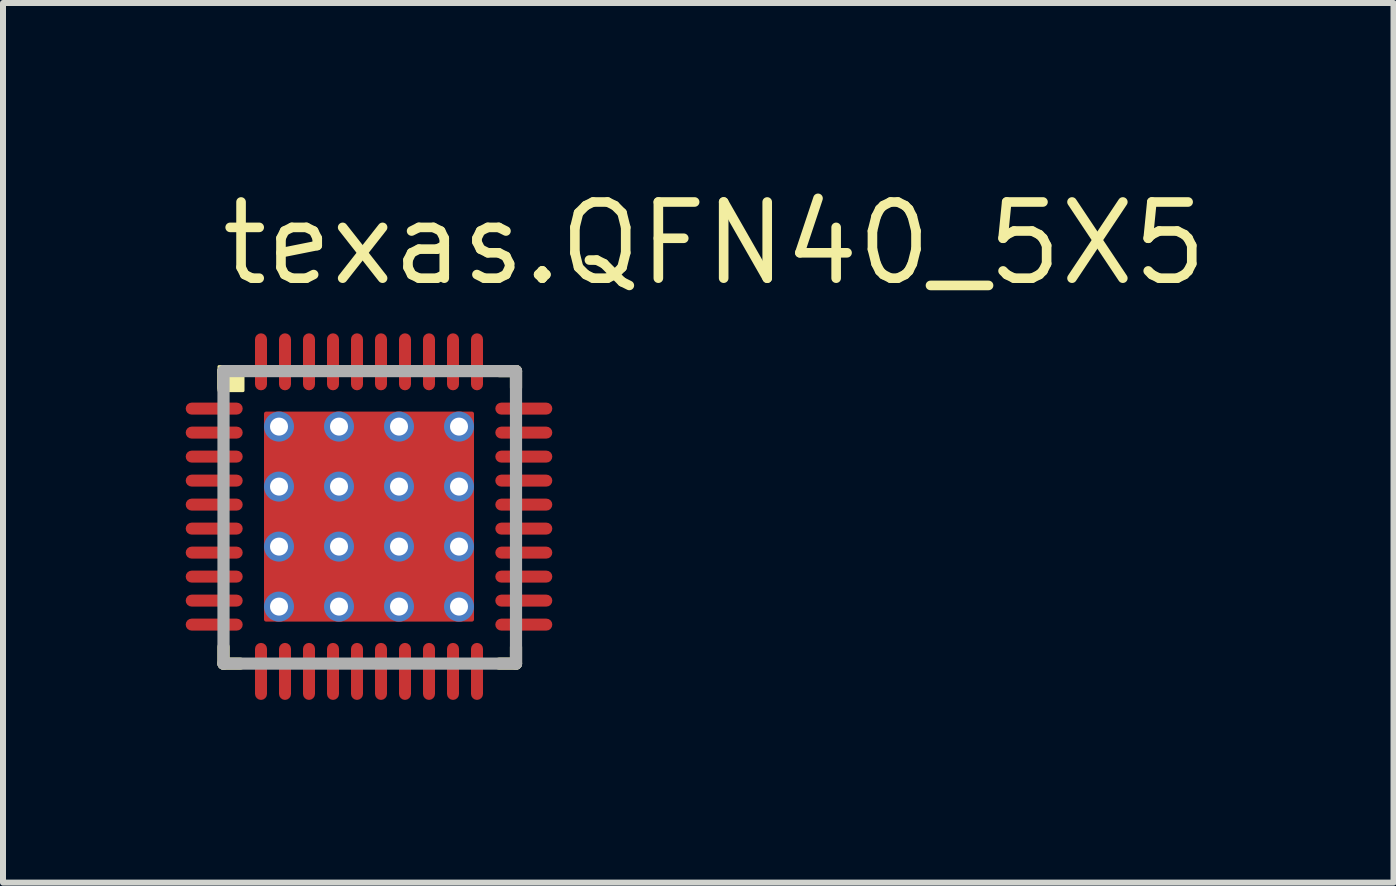
<source format=kicad_pcb>
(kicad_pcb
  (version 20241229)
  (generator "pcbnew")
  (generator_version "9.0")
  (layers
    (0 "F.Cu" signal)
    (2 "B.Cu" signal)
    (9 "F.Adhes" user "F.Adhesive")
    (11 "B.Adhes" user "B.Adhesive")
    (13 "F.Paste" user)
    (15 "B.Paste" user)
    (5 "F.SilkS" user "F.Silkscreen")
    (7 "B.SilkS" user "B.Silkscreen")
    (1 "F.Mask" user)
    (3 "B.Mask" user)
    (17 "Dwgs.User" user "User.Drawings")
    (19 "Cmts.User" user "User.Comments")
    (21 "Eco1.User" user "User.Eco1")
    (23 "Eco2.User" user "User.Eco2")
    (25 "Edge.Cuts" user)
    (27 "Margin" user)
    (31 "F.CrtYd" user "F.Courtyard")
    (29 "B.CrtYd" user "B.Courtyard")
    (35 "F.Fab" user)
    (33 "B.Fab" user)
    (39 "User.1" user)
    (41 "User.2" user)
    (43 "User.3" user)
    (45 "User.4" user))
  (footprint "texas.QFN40_5X5"
    (layer "F.Cu")
    (at 3.1 5.56)
    (property "Reference" "texas.QFN40_5X5" (at -2.54 -3.81 0) (layer "F.SilkS") (effects (font (size 1.27 1.27) (thickness 0.16)) (justify left bottom)))
    (attr smd)
    (fp_rect (start -3.075 -1.675) (end -2.075 -1.925) (stroke (width 0.05) (type default)) (fill yes) (layer "F.Mask"))
    (fp_rect (start -3.075 -1.275) (end -2.075 -1.525) (stroke (width 0.05) (type default)) (fill yes) (layer "F.Mask"))
    (fp_rect (start -3.075 -0.875) (end -2.075 -1.125) (stroke (width 0.05) (type default)) (fill yes) (layer "F.Mask"))
    (fp_rect (start -3.075 -0.475) (end -2.075 -0.725) (stroke (width 0.05) (type default)) (fill yes) (layer "F.Mask"))
    (fp_rect (start -3.075 -0.075) (end -2.075 -0.325) (stroke (width 0.05) (type default)) (fill yes) (layer "F.Mask"))
    (fp_rect (start -3.075 0.325) (end -2.075 0.075) (stroke (width 0.05) (type default)) (fill yes) (layer "F.Mask"))
    (fp_rect (start -3.075 0.725) (end -2.075 0.475) (stroke (width 0.05) (type default)) (fill yes) (layer "F.Mask"))
    (fp_rect (start -3.075 1.125) (end -2.075 0.875) (stroke (width 0.05) (type default)) (fill yes) (layer "F.Mask"))
    (fp_rect (start -3.075 1.525) (end -2.075 1.275) (stroke (width 0.05) (type default)) (fill yes) (layer "F.Mask"))
    (fp_rect (start -3.075 1.925) (end -2.075 1.675) (stroke (width 0.05) (type default)) (fill yes) (layer "F.Mask"))
    (fp_rect (start -1.925 -2.075) (end -1.675 -3.075) (stroke (width 0.05) (type default)) (fill yes) (layer "F.Mask"))
    (fp_rect (start -1.925 3.075) (end -1.675 2.075) (stroke (width 0.05) (type default)) (fill yes) (layer "F.Mask"))
    (fp_rect (start -1.8 1.8) (end 1.8 -1.8) (stroke (width 0.05) (type default)) (fill yes) (layer "F.Mask"))
    (fp_rect (start -1.525 -2.075) (end -1.275 -3.075) (stroke (width 0.05) (type default)) (fill yes) (layer "F.Mask"))
    (fp_rect (start -1.525 3.075) (end -1.275 2.075) (stroke (width 0.05) (type default)) (fill yes) (layer "F.Mask"))
    (fp_rect (start -1.125 -2.075) (end -0.875 -3.075) (stroke (width 0.05) (type default)) (fill yes) (layer "F.Mask"))
    (fp_rect (start -1.125 3.075) (end -0.875 2.075) (stroke (width 0.05) (type default)) (fill yes) (layer "F.Mask"))
    (fp_rect (start -0.725 -2.075) (end -0.475 -3.075) (stroke (width 0.05) (type default)) (fill yes) (layer "F.Mask"))
    (fp_rect (start -0.725 3.075) (end -0.475 2.075) (stroke (width 0.05) (type default)) (fill yes) (layer "F.Mask"))
    (fp_rect (start -0.325 -2.075) (end -0.075 -3.075) (stroke (width 0.05) (type default)) (fill yes) (layer "F.Mask"))
    (fp_rect (start -0.325 3.075) (end -0.075 2.075) (stroke (width 0.05) (type default)) (fill yes) (layer "F.Mask"))
    (fp_rect (start 0.075 -2.075) (end 0.325 -3.075) (stroke (width 0.05) (type default)) (fill yes) (layer "F.Mask"))
    (fp_rect (start 0.075 3.075) (end 0.325 2.075) (stroke (width 0.05) (type default)) (fill yes) (layer "F.Mask"))
    (fp_rect (start 0.475 -2.075) (end 0.725 -3.075) (stroke (width 0.05) (type default)) (fill yes) (layer "F.Mask"))
    (fp_rect (start 0.475 3.075) (end 0.725 2.075) (stroke (width 0.05) (type default)) (fill yes) (layer "F.Mask"))
    (fp_rect (start 0.875 -2.075) (end 1.125 -3.075) (stroke (width 0.05) (type default)) (fill yes) (layer "F.Mask"))
    (fp_rect (start 0.875 3.075) (end 1.125 2.075) (stroke (width 0.05) (type default)) (fill yes) (layer "F.Mask"))
    (fp_rect (start 1.275 -2.075) (end 1.525 -3.075) (stroke (width 0.05) (type default)) (fill yes) (layer "F.Mask"))
    (fp_rect (start 1.275 3.075) (end 1.525 2.075) (stroke (width 0.05) (type default)) (fill yes) (layer "F.Mask"))
    (fp_rect (start 1.675 -2.075) (end 1.925 -3.075) (stroke (width 0.05) (type default)) (fill yes) (layer "F.Mask"))
    (fp_rect (start 1.675 3.075) (end 1.925 2.075) (stroke (width 0.05) (type default)) (fill yes) (layer "F.Mask"))
    (fp_rect (start 2.075 -1.675) (end 3.075 -1.925) (stroke (width 0.05) (type default)) (fill yes) (layer "F.Mask"))
    (fp_rect (start 2.075 -1.275) (end 3.075 -1.525) (stroke (width 0.05) (type default)) (fill yes) (layer "F.Mask"))
    (fp_rect (start 2.075 -0.875) (end 3.075 -1.125) (stroke (width 0.05) (type default)) (fill yes) (layer "F.Mask"))
    (fp_rect (start 2.075 -0.475) (end 3.075 -0.725) (stroke (width 0.05) (type default)) (fill yes) (layer "F.Mask"))
    (fp_rect (start 2.075 -0.075) (end 3.075 -0.325) (stroke (width 0.05) (type default)) (fill yes) (layer "F.Mask"))
    (fp_rect (start 2.075 0.325) (end 3.075 0.075) (stroke (width 0.05) (type default)) (fill yes) (layer "F.Mask"))
    (fp_rect (start 2.075 0.725) (end 3.075 0.475) (stroke (width 0.05) (type default)) (fill yes) (layer "F.Mask"))
    (fp_rect (start 2.075 1.125) (end 3.075 0.875) (stroke (width 0.05) (type default)) (fill yes) (layer "F.Mask"))
    (fp_rect (start 2.075 1.525) (end 3.075 1.275) (stroke (width 0.05) (type default)) (fill yes) (layer "F.Mask"))
    (fp_rect (start 2.075 1.925) (end 3.075 1.675) (stroke (width 0.05) (type default)) (fill yes) (layer "F.Mask"))
    (fp_line (start -2.425 -2.425) (end -2.15 -2.425) (stroke (width 0.203) (type default)) (layer "F.SilkS"))
    (fp_line (start -2.425 -2.15) (end -2.425 -2.425) (stroke (width 0.203) (type default)) (layer "F.SilkS"))
    (fp_line (start -2.425 2.45) (end -2.425 2.175) (stroke (width 0.203) (type default)) (layer "F.SilkS"))
    (fp_line (start -2.15 2.45) (end -2.425 2.45) (stroke (width 0.203) (type default)) (layer "F.SilkS"))
    (fp_line (start 2.175 -2.425) (end 2.45 -2.425) (stroke (width 0.203) (type default)) (layer "F.SilkS"))
    (fp_line (start 2.45 -2.425) (end 2.45 -2.15) (stroke (width 0.203) (type default)) (layer "F.SilkS"))
    (fp_line (start 2.45 2.175) (end 2.45 2.45) (stroke (width 0.203) (type default)) (layer "F.SilkS"))
    (fp_line (start 2.45 2.45) (end 2.175 2.45) (stroke (width 0.203) (type default)) (layer "F.SilkS"))
    (fp_rect (start -2.5 -2.1) (end -2.1 -2.5) (stroke (width 0.05) (type default)) (fill yes) (layer "F.SilkS"))
    (fp_rect (start -3 -1.725) (end -2.175 -1.875) (stroke (width 0.05) (type default)) (fill yes) (layer "F.Paste"))
    (fp_rect (start -3 -1.325) (end -2.175 -1.475) (stroke (width 0.05) (type default)) (fill yes) (layer "F.Paste"))
    (fp_rect (start -3 -0.925) (end -2.175 -1.075) (stroke (width 0.05) (type default)) (fill yes) (layer "F.Paste"))
    (fp_rect (start -3 -0.525) (end -2.175 -0.675) (stroke (width 0.05) (type default)) (fill yes) (layer "F.Paste"))
    (fp_rect (start -3 -0.125) (end -2.175 -0.275) (stroke (width 0.05) (type default)) (fill yes) (layer "F.Paste"))
    (fp_rect (start -3 0.275) (end -2.175 0.125) (stroke (width 0.05) (type default)) (fill yes) (layer "F.Paste"))
    (fp_rect (start -3 0.675) (end -2.175 0.525) (stroke (width 0.05) (type default)) (fill yes) (layer "F.Paste"))
    (fp_rect (start -3 1.075) (end -2.175 0.925) (stroke (width 0.05) (type default)) (fill yes) (layer "F.Paste"))
    (fp_rect (start -3 1.475) (end -2.175 1.325) (stroke (width 0.05) (type default)) (fill yes) (layer "F.Paste"))
    (fp_rect (start -3 1.875) (end -2.175 1.725) (stroke (width 0.05) (type default)) (fill yes) (layer "F.Paste"))
    (fp_rect (start -1.875 -2.175) (end -1.725 -3) (stroke (width 0.05) (type default)) (fill yes) (layer "F.Paste"))
    (fp_rect (start -1.875 3) (end -1.725 2.175) (stroke (width 0.05) (type default)) (fill yes) (layer "F.Paste"))
    (fp_rect (start -1.65 -0.15) (end -0.15 -1.65) (stroke (width 0.05) (type default)) (fill yes) (layer "F.Paste"))
    (fp_rect (start -1.65 1.65) (end -0.15 0.15) (stroke (width 0.05) (type default)) (fill yes) (layer "F.Paste"))
    (fp_rect (start -1.475 -2.175) (end -1.325 -3) (stroke (width 0.05) (type default)) (fill yes) (layer "F.Paste"))
    (fp_rect (start -1.475 3) (end -1.325 2.175) (stroke (width 0.05) (type default)) (fill yes) (layer "F.Paste"))
    (fp_rect (start -1.075 -2.175) (end -0.925 -3) (stroke (width 0.05) (type default)) (fill yes) (layer "F.Paste"))
    (fp_rect (start -1.075 3) (end -0.925 2.175) (stroke (width 0.05) (type default)) (fill yes) (layer "F.Paste"))
    (fp_rect (start -0.675 -2.175) (end -0.525 -3) (stroke (width 0.05) (type default)) (fill yes) (layer "F.Paste"))
    (fp_rect (start -0.675 3) (end -0.525 2.175) (stroke (width 0.05) (type default)) (fill yes) (layer "F.Paste"))
    (fp_rect (start -0.275 -2.175) (end -0.125 -3) (stroke (width 0.05) (type default)) (fill yes) (layer "F.Paste"))
    (fp_rect (start -0.275 3) (end -0.125 2.175) (stroke (width 0.05) (type default)) (fill yes) (layer "F.Paste"))
    (fp_rect (start 0.125 -2.175) (end 0.275 -3) (stroke (width 0.05) (type default)) (fill yes) (layer "F.Paste"))
    (fp_rect (start 0.125 3) (end 0.275 2.175) (stroke (width 0.05) (type default)) (fill yes) (layer "F.Paste"))
    (fp_rect (start 0.15 -0.15) (end 1.65 -1.65) (stroke (width 0.05) (type default)) (fill yes) (layer "F.Paste"))
    (fp_rect (start 0.15 1.65) (end 1.65 0.15) (stroke (width 0.05) (type default)) (fill yes) (layer "F.Paste"))
    (fp_rect (start 0.525 -2.175) (end 0.675 -3) (stroke (width 0.05) (type default)) (fill yes) (layer "F.Paste"))
    (fp_rect (start 0.525 3) (end 0.675 2.175) (stroke (width 0.05) (type default)) (fill yes) (layer "F.Paste"))
    (fp_rect (start 0.925 -2.175) (end 1.075 -3) (stroke (width 0.05) (type default)) (fill yes) (layer "F.Paste"))
    (fp_rect (start 0.925 3) (end 1.075 2.175) (stroke (width 0.05) (type default)) (fill yes) (layer "F.Paste"))
    (fp_rect (start 1.325 -2.175) (end 1.475 -3) (stroke (width 0.05) (type default)) (fill yes) (layer "F.Paste"))
    (fp_rect (start 1.325 3) (end 1.475 2.175) (stroke (width 0.05) (type default)) (fill yes) (layer "F.Paste"))
    (fp_rect (start 1.725 -2.175) (end 1.875 -3) (stroke (width 0.05) (type default)) (fill yes) (layer "F.Paste"))
    (fp_rect (start 1.725 3) (end 1.875 2.175) (stroke (width 0.05) (type default)) (fill yes) (layer "F.Paste"))
    (fp_rect (start 2.175 -1.725) (end 3 -1.875) (stroke (width 0.05) (type default)) (fill yes) (layer "F.Paste"))
    (fp_rect (start 2.175 -1.325) (end 3 -1.475) (stroke (width 0.05) (type default)) (fill yes) (layer "F.Paste"))
    (fp_rect (start 2.175 -0.925) (end 3 -1.075) (stroke (width 0.05) (type default)) (fill yes) (layer "F.Paste"))
    (fp_rect (start 2.175 -0.525) (end 3 -0.675) (stroke (width 0.05) (type default)) (fill yes) (layer "F.Paste"))
    (fp_rect (start 2.175 -0.125) (end 3 -0.275) (stroke (width 0.05) (type default)) (fill yes) (layer "F.Paste"))
    (fp_rect (start 2.175 0.275) (end 3 0.125) (stroke (width 0.05) (type default)) (fill yes) (layer "F.Paste"))
    (fp_rect (start 2.175 0.675) (end 3 0.525) (stroke (width 0.05) (type default)) (fill yes) (layer "F.Paste"))
    (fp_rect (start 2.175 1.075) (end 3 0.925) (stroke (width 0.05) (type default)) (fill yes) (layer "F.Paste"))
    (fp_rect (start 2.175 1.475) (end 3 1.325) (stroke (width 0.05) (type default)) (fill yes) (layer "F.Paste"))
    (fp_rect (start 2.175 1.875) (end 3 1.725) (stroke (width 0.05) (type default)) (fill yes) (layer "F.Paste"))
    (fp_line (start -2.425 -2.425) (end 2.45 -2.425) (stroke (width 0.203) (type default)) (layer "F.Fab"))
    (fp_line (start -2.425 2.45) (end -2.425 -2.425) (stroke (width 0.203) (type default)) (layer "F.Fab"))
    (fp_line (start 2.45 -2.425) (end 2.45 2.45) (stroke (width 0.203) (type default)) (layer "F.Fab"))
    (fp_line (start 2.45 2.45) (end -2.425 2.45) (stroke (width 0.203) (type default)) (layer "F.Fab"))
    (pad "1" smd roundrect (at -2.58 -1.8 270) (size 0.2 0.95) (layers "F.Cu" "F.Mask" "F.Paste") (roundrect_rratio 0.5))
    (pad "2" smd roundrect (at -2.58 -1.4 270) (size 0.2 0.95) (layers "F.Cu" "F.Mask" "F.Paste") (roundrect_rratio 0.5))
    (pad "3" smd roundrect (at -2.58 -1 270) (size 0.2 0.95) (layers "F.Cu" "F.Mask" "F.Paste") (roundrect_rratio 0.5))
    (pad "4" smd roundrect (at -2.58 -0.6 270) (size 0.2 0.95) (layers "F.Cu" "F.Mask" "F.Paste") (roundrect_rratio 0.5))
    (pad "5" smd roundrect (at -2.58 -0.2 270) (size 0.2 0.95) (layers "F.Cu" "F.Mask" "F.Paste") (roundrect_rratio 0.5))
    (pad "6" smd roundrect (at -2.58 0.2 270) (size 0.2 0.95) (layers "F.Cu" "F.Mask" "F.Paste") (roundrect_rratio 0.5))
    (pad "7" smd roundrect (at -2.58 0.6 270) (size 0.2 0.95) (layers "F.Cu" "F.Mask" "F.Paste") (roundrect_rratio 0.5))
    (pad "8" smd roundrect (at -2.58 1 270) (size 0.2 0.95) (layers "F.Cu" "F.Mask" "F.Paste") (roundrect_rratio 0.5))
    (pad "9" smd roundrect (at -2.58 1.4 270) (size 0.2 0.95) (layers "F.Cu" "F.Mask" "F.Paste") (roundrect_rratio 0.5))
    (pad "10" smd roundrect (at -2.58 1.8 270) (size 0.2 0.95) (layers "F.Cu" "F.Mask" "F.Paste") (roundrect_rratio 0.5))
    (pad "11" smd roundrect (at -1.8 2.58) (size 0.2 0.95) (layers "F.Cu" "F.Mask" "F.Paste") (roundrect_rratio 0.5))
    (pad "12" smd roundrect (at -1.4 2.58) (size 0.2 0.95) (layers "F.Cu" "F.Mask" "F.Paste") (roundrect_rratio 0.5))
    (pad "13" smd roundrect (at -1 2.58) (size 0.2 0.95) (layers "F.Cu" "F.Mask" "F.Paste") (roundrect_rratio 0.5))
    (pad "14" smd roundrect (at -0.6 2.58) (size 0.2 0.95) (layers "F.Cu" "F.Mask" "F.Paste") (roundrect_rratio 0.5))
    (pad "15" smd roundrect (at -0.2 2.58) (size 0.2 0.95) (layers "F.Cu" "F.Mask" "F.Paste") (roundrect_rratio 0.5))
    (pad "16" smd roundrect (at 0.2 2.58) (size 0.2 0.95) (layers "F.Cu" "F.Mask" "F.Paste") (roundrect_rratio 0.5))
    (pad "17" smd roundrect (at 0.6 2.58) (size 0.2 0.95) (layers "F.Cu" "F.Mask" "F.Paste") (roundrect_rratio 0.5))
    (pad "18" smd roundrect (at 1 2.58) (size 0.2 0.95) (layers "F.Cu" "F.Mask" "F.Paste") (roundrect_rratio 0.5))
    (pad "19" smd roundrect (at 1.4 2.58) (size 0.2 0.95) (layers "F.Cu" "F.Mask" "F.Paste") (roundrect_rratio 0.5))
    (pad "20" smd roundrect (at 1.8 2.58) (size 0.2 0.95) (layers "F.Cu" "F.Mask" "F.Paste") (roundrect_rratio 0.5))
    (pad "21" smd roundrect (at 2.58 1.8 90) (size 0.2 0.95) (layers "F.Cu" "F.Mask" "F.Paste") (roundrect_rratio 0.5))
    (pad "22" smd roundrect (at 2.58 1.4 90) (size 0.2 0.95) (layers "F.Cu" "F.Mask" "F.Paste") (roundrect_rratio 0.5))
    (pad "23" smd roundrect (at 2.58 1 90) (size 0.2 0.95) (layers "F.Cu" "F.Mask" "F.Paste") (roundrect_rratio 0.5))
    (pad "24" smd roundrect (at 2.58 0.6 90) (size 0.2 0.95) (layers "F.Cu" "F.Mask" "F.Paste") (roundrect_rratio 0.5))
    (pad "25" smd roundrect (at 2.58 0.2 90) (size 0.2 0.95) (layers "F.Cu" "F.Mask" "F.Paste") (roundrect_rratio 0.5))
    (pad "26" smd roundrect (at 2.58 -0.2 90) (size 0.2 0.95) (layers "F.Cu" "F.Mask" "F.Paste") (roundrect_rratio 0.5))
    (pad "27" smd roundrect (at 2.58 -0.6 90) (size 0.2 0.95) (layers "F.Cu" "F.Mask" "F.Paste") (roundrect_rratio 0.5))
    (pad "28" smd roundrect (at 2.58 -1 90) (size 0.2 0.95) (layers "F.Cu" "F.Mask" "F.Paste") (roundrect_rratio 0.5))
    (pad "29" smd roundrect (at 2.58 -1.4 90) (size 0.2 0.95) (layers "F.Cu" "F.Mask" "F.Paste") (roundrect_rratio 0.5))
    (pad "30" smd roundrect (at 2.58 -1.8 90) (size 0.2 0.95) (layers "F.Cu" "F.Mask" "F.Paste") (roundrect_rratio 0.5))
    (pad "31" smd roundrect (at 1.8 -2.58 180) (size 0.2 0.95) (layers "F.Cu" "F.Mask" "F.Paste") (roundrect_rratio 0.5))
    (pad "32" smd roundrect (at 1.4 -2.58 180) (size 0.2 0.95) (layers "F.Cu" "F.Mask" "F.Paste") (roundrect_rratio 0.5))
    (pad "33" smd roundrect (at 1 -2.58 180) (size 0.2 0.95) (layers "F.Cu" "F.Mask" "F.Paste") (roundrect_rratio 0.5))
    (pad "34" smd roundrect (at 0.6 -2.58 180) (size 0.2 0.95) (layers "F.Cu" "F.Mask" "F.Paste") (roundrect_rratio 0.5))
    (pad "35" smd roundrect (at 0.2 -2.58 180) (size 0.2 0.95) (layers "F.Cu" "F.Mask" "F.Paste") (roundrect_rratio 0.5))
    (pad "36" smd roundrect (at -0.2 -2.58 180) (size 0.2 0.95) (layers "F.Cu" "F.Mask" "F.Paste") (roundrect_rratio 0.5))
    (pad "37" smd roundrect (at -0.6 -2.58 180) (size 0.2 0.95) (layers "F.Cu" "F.Mask" "F.Paste") (roundrect_rratio 0.5))
    (pad "38" smd roundrect (at -1 -2.58 180) (size 0.2 0.95) (layers "F.Cu" "F.Mask" "F.Paste") (roundrect_rratio 0.5))
    (pad "39" smd roundrect (at -1.4 -2.58 180) (size 0.2 0.95) (layers "F.Cu" "F.Mask" "F.Paste") (roundrect_rratio 0.5))
    (pad "40" smd roundrect (at -1.8 -2.58 180) (size 0.2 0.95) (layers "F.Cu" "F.Mask" "F.Paste") (roundrect_rratio 0.5))
    (pad "EXP" smd roundrect (at 0 0 180) (size 3.5 3.5) (layers "F.Cu" "F.Mask" "F.Paste") (roundrect_rratio 0.01))
    (pad "EXP@1" thru_hole circle (at -1.5 -1.5) (size 0.5 0.5) (drill 0.3) (layers "*.Cu" "*.Mask"))
    (pad "EXP@2" thru_hole circle (at -0.5 -1.5) (size 0.5 0.5) (drill 0.3) (layers "*.Cu" "*.Mask"))
    (pad "EXP@3" thru_hole circle (at 0.5 -1.5) (size 0.5 0.5) (drill 0.3) (layers "*.Cu" "*.Mask"))
    (pad "EXP@4" thru_hole circle (at 1.5 -1.5) (size 0.5 0.5) (drill 0.3) (layers "*.Cu" "*.Mask"))
    (pad "EXP@5" thru_hole circle (at -1.5 -0.5) (size 0.5 0.5) (drill 0.3) (layers "*.Cu" "*.Mask"))
    (pad "EXP@6" thru_hole circle (at -0.5 -0.5) (size 0.5 0.5) (drill 0.3) (layers "*.Cu" "*.Mask"))
    (pad "EXP@7" thru_hole circle (at 0.5 -0.5) (size 0.5 0.5) (drill 0.3) (layers "*.Cu" "*.Mask"))
    (pad "EXP@8" thru_hole circle (at 1.5 -0.5) (size 0.5 0.5) (drill 0.3) (layers "*.Cu" "*.Mask"))
    (pad "EXP@9" thru_hole circle (at -1.5 0.5) (size 0.5 0.5) (drill 0.3) (layers "*.Cu" "*.Mask"))
    (pad "EXP@10" thru_hole circle (at -0.5 0.5) (size 0.5 0.5) (drill 0.3) (layers "*.Cu" "*.Mask"))
    (pad "EXP@11" thru_hole circle (at 0.5 0.5) (size 0.5 0.5) (drill 0.3) (layers "*.Cu" "*.Mask"))
    (pad "EXP@12" thru_hole circle (at 1.5 0.5) (size 0.5 0.5) (drill 0.3) (layers "*.Cu" "*.Mask"))
    (pad "EXP@13" thru_hole circle (at -1.5 1.5) (size 0.5 0.5) (drill 0.3) (layers "*.Cu" "*.Mask"))
    (pad "EXP@14" thru_hole circle (at -0.5 1.5) (size 0.5 0.5) (drill 0.3) (layers "*.Cu" "*.Mask"))
    (pad "EXP@15" thru_hole circle (at 0.5 1.5) (size 0.5 0.5) (drill 0.3) (layers "*.Cu" "*.Mask"))
    (pad "EXP@16" thru_hole circle (at 1.5 1.5) (size 0.5 0.5) (drill 0.3) (layers "*.Cu" "*.Mask")))
  (gr_rect
    (start -3 -3)
    (end 20.175 11.66)
    (stroke (width 0.1) (type default))
    (fill no)
    (layer "Edge.Cuts")))
</source>
